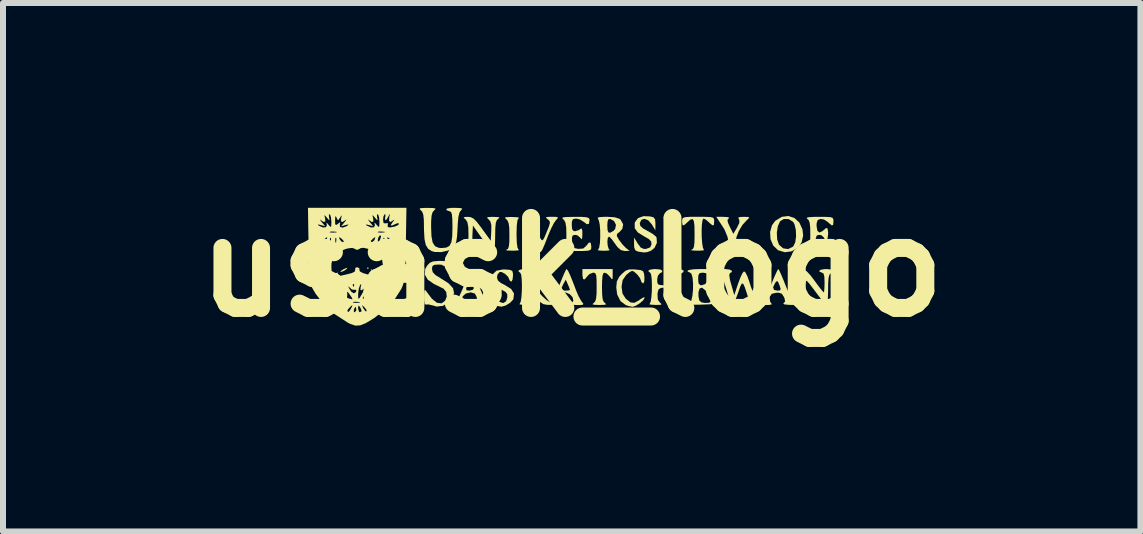
<source format=kicad_pcb>
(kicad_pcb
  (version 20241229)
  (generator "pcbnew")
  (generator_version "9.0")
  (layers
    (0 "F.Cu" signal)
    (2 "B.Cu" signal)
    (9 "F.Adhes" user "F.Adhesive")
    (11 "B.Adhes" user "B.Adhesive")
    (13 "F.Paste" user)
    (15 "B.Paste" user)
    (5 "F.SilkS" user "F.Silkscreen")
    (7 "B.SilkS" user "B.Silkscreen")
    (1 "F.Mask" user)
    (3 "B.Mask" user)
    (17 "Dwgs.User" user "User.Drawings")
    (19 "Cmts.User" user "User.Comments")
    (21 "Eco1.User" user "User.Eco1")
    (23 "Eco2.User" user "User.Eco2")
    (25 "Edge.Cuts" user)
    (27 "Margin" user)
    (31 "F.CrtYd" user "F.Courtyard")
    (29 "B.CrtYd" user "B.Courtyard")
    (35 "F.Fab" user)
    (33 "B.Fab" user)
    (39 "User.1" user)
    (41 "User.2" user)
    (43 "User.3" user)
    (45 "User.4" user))
  (footprint "usask_logo"
    (layer "F.Cu")
    (at 6.479 1.404)
    (property "Reference" "usask_logo" (at 0 0 0) (layer "F.SilkS") (effects (font (size 1.5 1.5) (thickness 0.3))))
    (attr board_only exclude_from_pos_files exclude_from_bom)
    (fp_poly (pts (xy -3.383 0.015) (xy -3.398 0.03) (xy -3.412 0.015) (xy -3.398 0)) (stroke (width 0) (type solid)) (fill yes) (layer "F.SilkS"))
    (fp_poly (pts (xy -3.739 0.013) (xy -3.762 0.037) (xy -3.798 0.06) (xy -3.844 0.079) (xy -3.857 0.077) (xy -3.835 0.053) (xy -3.798 0.03) (xy -3.752 0.011)) (stroke (width 0) (type solid)) (fill yes) (layer "F.SilkS"))
    (fp_poly (pts (xy -0.994 -0.837) (xy -0.918 -0.834) (xy -0.88 -0.827) (xy -0.883 -0.821) (xy -0.904 -0.786) (xy -0.916 -0.698) (xy -0.92 -0.555) (xy -0.916 -0.412) (xy -0.904 -0.325) (xy -0.883 -0.29) (xy -0.887 -0.282) (xy -0.939 -0.277) (xy -0.994 -0.276) (xy -1.067 -0.279) (xy -1.099 -0.285) (xy -1.09 -0.291) (xy -1.063 -0.307) (xy -1.048 -0.346) (xy -1.04 -0.422) (xy -1.039 -0.532) (xy -1.041 -0.656) (xy -1.052 -0.735) (xy -1.073 -0.782) (xy -1.09 -0.799) (xy -1.114 -0.822) (xy -1.1 -0.834) (xy -1.038 -0.837)) (stroke (width 0) (type solid)) (fill yes) (layer "F.SilkS"))
    (fp_poly (pts (xy 1.731 -0.836) (xy 1.761 -0.827) (xy 1.746 -0.81) (xy 1.743 -0.808) (xy 1.715 -0.78) (xy 1.699 -0.728) (xy 1.692 -0.638) (xy 1.691 -0.555) (xy 1.694 -0.435) (xy 1.704 -0.36) (xy 1.724 -0.318) (xy 1.743 -0.303) (xy 1.761 -0.285) (xy 1.733 -0.276) (xy 1.653 -0.275) (xy 1.647 -0.275) (xy 1.574 -0.278) (xy 1.542 -0.285) (xy 1.55 -0.291) (xy 1.577 -0.307) (xy 1.593 -0.346) (xy 1.601 -0.422) (xy 1.602 -0.532) (xy 1.599 -0.656) (xy 1.589 -0.735) (xy 1.568 -0.782) (xy 1.55 -0.799) (xy 1.527 -0.822) (xy 1.541 -0.834) (xy 1.602 -0.838) (xy 1.647 -0.839)) (stroke (width 0) (type solid)) (fill yes) (layer "F.SilkS"))
    (fp_poly (pts (xy 3.712 -0.82) (xy 3.794 -0.744) (xy 3.845 -0.632) (xy 3.857 -0.529) (xy 3.831 -0.412) (xy 3.763 -0.321) (xy 3.665 -0.265) (xy 3.552 -0.25) (xy 3.437 -0.284) (xy 3.437 -0.285) (xy 3.358 -0.361) (xy 3.313 -0.468) (xy 3.307 -0.574) (xy 3.418 -0.574) (xy 3.424 -0.462) (xy 3.454 -0.376) (xy 3.523 -0.315) (xy 3.607 -0.303) (xy 3.687 -0.343) (xy 3.692 -0.347) (xy 3.725 -0.414) (xy 3.739 -0.514) (xy 3.735 -0.622) (xy 3.713 -0.715) (xy 3.69 -0.756) (xy 3.617 -0.802) (xy 3.536 -0.805) (xy 3.472 -0.766) (xy 3.435 -0.684) (xy 3.418 -0.574) (xy 3.307 -0.574) (xy 3.306 -0.588) (xy 3.338 -0.7) (xy 3.392 -0.773) (xy 3.501 -0.84) (xy 3.611 -0.854)) (stroke (width 0) (type solid)) (fill yes) (layer "F.SilkS"))
    (fp_poly (pts (xy 2.532 -0.84) (xy 2.605 -0.835) (xy 2.624 -0.822) (xy 2.616 -0.814) (xy 2.595 -0.788) (xy 2.604 -0.741) (xy 2.635 -0.673) (xy 2.693 -0.557) (xy 2.755 -0.66) (xy 2.793 -0.738) (xy 2.793 -0.789) (xy 2.784 -0.802) (xy 2.775 -0.827) (xy 2.809 -0.838) (xy 2.867 -0.84) (xy 2.94 -0.838) (xy 2.96 -0.828) (xy 2.938 -0.802) (xy 2.92 -0.787) (xy 2.845 -0.705) (xy 2.785 -0.605) (xy 2.745 -0.501) (xy 2.729 -0.405) (xy 2.739 -0.33) (xy 2.78 -0.291) (xy 2.782 -0.291) (xy 2.784 -0.284) (xy 2.738 -0.279) (xy 2.671 -0.277) (xy 2.592 -0.279) (xy 2.553 -0.285) (xy 2.559 -0.291) (xy 2.603 -0.33) (xy 2.615 -0.406) (xy 2.596 -0.507) (xy 2.549 -0.622) (xy 2.509 -0.688) (xy 2.408 -0.841)) (stroke (width 0) (type solid)) (fill yes) (layer "F.SilkS"))
    (fp_poly (pts (xy 0.682 0.127) (xy 0.681 0.191) (xy 0.67 0.201) (xy 0.64 0.163) (xy 0.636 0.157) (xy 0.587 0.107) (xy 0.547 0.09) (xy 0.525 0.103) (xy 0.512 0.148) (xy 0.506 0.236) (xy 0.504 0.329) (xy 0.507 0.454) (xy 0.515 0.532) (xy 0.533 0.577) (xy 0.556 0.598) (xy 0.575 0.616) (xy 0.548 0.626) (xy 0.468 0.629) (xy 0.46 0.629) (xy 0.376 0.626) (xy 0.345 0.617) (xy 0.361 0.6) (xy 0.363 0.598) (xy 0.39 0.571) (xy 0.406 0.522) (xy 0.414 0.437) (xy 0.415 0.329) (xy 0.414 0.21) (xy 0.408 0.138) (xy 0.395 0.103) (xy 0.371 0.091) (xy 0.356 0.09) (xy 0.295 0.114) (xy 0.26 0.15) (xy 0.217 0.202) (xy 0.189 0.197) (xy 0.178 0.134) (xy 0.178 0.12) (xy 0.178 0.03) (xy 0.43 0.03) (xy 0.682 0.03)) (stroke (width 0) (type solid)) (fill yes) (layer "F.SilkS"))
    (fp_poly (pts (xy 1.298 -0.848) (xy 1.362 -0.833) (xy 1.389 -0.798) (xy 1.395 -0.725) (xy 1.395 -0.725) (xy 1.394 -0.615) (xy 1.334 -0.715) (xy 1.275 -0.782) (xy 1.212 -0.807) (xy 1.16 -0.791) (xy 1.134 -0.735) (xy 1.143 -0.689) (xy 1.191 -0.645) (xy 1.261 -0.607) (xy 1.343 -0.56) (xy 1.4 -0.515) (xy 1.414 -0.495) (xy 1.419 -0.406) (xy 1.379 -0.322) (xy 1.32 -0.275) (xy 1.26 -0.252) (xy 1.205 -0.246) (xy 1.128 -0.257) (xy 1.105 -0.261) (xy 1.06 -0.282) (xy 1.041 -0.33) (xy 1.039 -0.385) (xy 1.039 -0.495) (xy 1.099 -0.396) (xy 1.15 -0.328) (xy 1.203 -0.305) (xy 1.24 -0.306) (xy 1.307 -0.331) (xy 1.33 -0.382) (xy 1.324 -0.429) (xy 1.285 -0.47) (xy 1.204 -0.516) (xy 1.1 -0.581) (xy 1.05 -0.65) (xy 1.049 -0.733) (xy 1.054 -0.752) (xy 1.104 -0.818) (xy 1.194 -0.851)) (stroke (width 0) (type solid)) (fill yes) (layer "F.SilkS"))
    (fp_poly (pts (xy -0.256 -0.839) (xy -0.229 -0.829) (xy -0.244 -0.804) (xy -0.263 -0.785) (xy -0.3 -0.731) (xy -0.347 -0.638) (xy -0.395 -0.526) (xy -0.402 -0.507) (xy -0.453 -0.376) (xy -0.489 -0.295) (xy -0.514 -0.256) (xy -0.534 -0.252) (xy -0.547 -0.268) (xy -0.566 -0.311) (xy -0.597 -0.394) (xy -0.634 -0.5) (xy -0.64 -0.516) (xy -0.682 -0.628) (xy -0.724 -0.724) (xy -0.759 -0.783) (xy -0.761 -0.786) (xy -0.787 -0.82) (xy -0.779 -0.835) (xy -0.726 -0.84) (xy -0.68 -0.84) (xy -0.604 -0.835) (xy -0.581 -0.822) (xy -0.588 -0.814) (xy -0.607 -0.77) (xy -0.6 -0.689) (xy -0.571 -0.588) (xy -0.525 -0.487) (xy -0.502 -0.453) (xy -0.484 -0.45) (xy -0.46 -0.487) (xy -0.424 -0.571) (xy -0.417 -0.589) (xy -0.379 -0.683) (xy -0.364 -0.739) (xy -0.37 -0.771) (xy -0.396 -0.796) (xy -0.402 -0.8) (xy -0.43 -0.825) (xy -0.417 -0.837) (xy -0.356 -0.841) (xy -0.332 -0.841)) (stroke (width 0) (type solid)) (fill yes) (layer "F.SilkS"))
    (fp_poly (pts (xy 1.06 0.038) (xy 1.146 0.047) (xy 1.189 0.066) (xy 1.205 0.108) (xy 1.211 0.16) (xy 1.21 0.234) (xy 1.193 0.269) (xy 1.189 0.27) (xy 1.16 0.246) (xy 1.157 0.231) (xy 1.137 0.18) (xy 1.091 0.12) (xy 1.038 0.073) (xy 1.006 0.06) (xy 0.967 0.08) (xy 0.91 0.127) (xy 0.904 0.134) (xy 0.848 0.215) (xy 0.831 0.321) (xy 0.831 0.33) (xy 0.846 0.439) (xy 0.898 0.521) (xy 0.904 0.527) (xy 0.978 0.586) (xy 1.044 0.593) (xy 1.122 0.551) (xy 1.138 0.538) (xy 1.19 0.505) (xy 1.216 0.503) (xy 1.217 0.506) (xy 1.193 0.548) (xy 1.137 0.598) (xy 1.07 0.641) (xy 1.015 0.659) (xy 1.012 0.659) (xy 0.946 0.646) (xy 0.901 0.631) (xy 0.812 0.564) (xy 0.757 0.454) (xy 0.742 0.336) (xy 0.752 0.235) (xy 0.792 0.159) (xy 0.831 0.116) (xy 0.894 0.06) (xy 0.954 0.037) (xy 1.039 0.036)) (stroke (width 0) (type solid)) (fill yes) (layer "F.SilkS"))
    (fp_poly (pts (xy 2.233 -0.84) (xy 2.312 -0.836) (xy 2.354 -0.826) (xy 2.371 -0.805) (xy 2.374 -0.772) (xy 2.374 -0.766) (xy 2.369 -0.706) (xy 2.347 -0.697) (xy 2.299 -0.736) (xy 2.285 -0.751) (xy 2.232 -0.795) (xy 2.196 -0.811) (xy 2.18 -0.784) (xy 2.169 -0.713) (xy 2.165 -0.616) (xy 2.166 -0.509) (xy 2.173 -0.408) (xy 2.185 -0.33) (xy 2.201 -0.291) (xy 2.203 -0.29) (xy 2.199 -0.282) (xy 2.147 -0.277) (xy 2.092 -0.276) (xy 2.019 -0.279) (xy 1.987 -0.285) (xy 1.996 -0.291) (xy 2.021 -0.306) (xy 2.037 -0.342) (xy 2.045 -0.412) (xy 2.047 -0.528) (xy 2.047 -0.558) (xy 2.045 -0.692) (xy 2.034 -0.773) (xy 2.012 -0.804) (xy 1.975 -0.792) (xy 1.929 -0.751) (xy 1.874 -0.701) (xy 1.848 -0.7) (xy 1.84 -0.749) (xy 1.84 -0.766) (xy 1.842 -0.801) (xy 1.856 -0.823) (xy 1.893 -0.835) (xy 1.965 -0.84) (xy 2.083 -0.841) (xy 2.107 -0.841)) (stroke (width 0) (type solid)) (fill yes) (layer "F.SilkS"))
    (fp_poly (pts (xy -1.652 0.078) (xy -1.616 0.14) (xy -1.58 0.226) (xy -1.534 0.343) (xy -1.485 0.456) (xy -1.456 0.518) (xy -1.4 0.63) (xy -1.503 0.63) (xy -1.571 0.623) (xy -1.588 0.602) (xy -1.586 0.599) (xy -1.578 0.547) (xy -1.585 0.494) (xy -1.614 0.439) (xy -1.674 0.421) (xy -1.691 0.42) (xy -1.768 0.439) (xy -1.817 0.484) (xy -1.828 0.54) (xy -1.793 0.591) (xy -1.765 0.616) (xy -1.778 0.628) (xy -1.843 0.63) (xy -1.85 0.63) (xy -1.96 0.63) (xy -1.912 0.557) (xy -1.877 0.491) (xy -1.832 0.391) (xy -1.819 0.361) (xy -1.761 0.361) (xy -1.75 0.386) (xy -1.704 0.39) (xy -1.649 0.376) (xy -1.632 0.351) (xy -1.648 0.296) (xy -1.67 0.26) (xy -1.697 0.23) (xy -1.718 0.244) (xy -1.741 0.299) (xy -1.761 0.361) (xy -1.819 0.361) (xy -1.785 0.278) (xy -1.785 0.277) (xy -1.743 0.176) (xy -1.705 0.098) (xy -1.678 0.06) (xy -1.677 0.059)) (stroke (width 0) (type solid)) (fill yes) (layer "F.SilkS"))
    (fp_poly (pts (xy -1.111 0.037) (xy -1.03 0.044) (xy -0.991 0.061) (xy -0.98 0.103) (xy -0.979 0.142) (xy -0.987 0.208) (xy -1.006 0.24) (xy -1.009 0.24) (xy -1.038 0.217) (xy -1.039 0.21) (xy -1.061 0.159) (xy -1.113 0.109) (xy -1.171 0.079) (xy -1.201 0.079) (xy -1.236 0.119) (xy -1.246 0.167) (xy -1.232 0.219) (xy -1.181 0.263) (xy -1.116 0.296) (xy -1.01 0.362) (xy -0.962 0.438) (xy -0.972 0.525) (xy -0.979 0.541) (xy -1.028 0.593) (xy -1.099 0.637) (xy -1.167 0.657) (xy -1.181 0.656) (xy -1.223 0.649) (xy -1.283 0.639) (xy -1.338 0.623) (xy -1.361 0.584) (xy -1.365 0.517) (xy -1.365 0.408) (xy -1.283 0.508) (xy -1.206 0.577) (xy -1.141 0.597) (xy -1.093 0.566) (xy -1.074 0.502) (xy -1.075 0.45) (xy -1.102 0.412) (xy -1.167 0.376) (xy -1.2 0.361) (xy -1.282 0.32) (xy -1.323 0.282) (xy -1.335 0.23) (xy -1.335 0.213) (xy -1.316 0.116) (xy -1.255 0.058) (xy -1.149 0.037)) (stroke (width 0) (type solid)) (fill yes) (layer "F.SilkS"))
    (fp_poly (pts (xy 4.237 -0.839) (xy 4.31 -0.835) (xy 4.347 -0.823) (xy 4.36 -0.8) (xy 4.362 -0.766) (xy 4.357 -0.707) (xy 4.335 -0.697) (xy 4.288 -0.735) (xy 4.271 -0.752) (xy 4.204 -0.796) (xy 4.145 -0.805) (xy 4.099 -0.786) (xy 4.082 -0.735) (xy 4.08 -0.693) (xy 4.093 -0.61) (xy 4.127 -0.578) (xy 4.18 -0.602) (xy 4.193 -0.614) (xy 4.24 -0.654) (xy 4.264 -0.645) (xy 4.273 -0.584) (xy 4.273 -0.555) (xy 4.264 -0.481) (xy 4.242 -0.451) (xy 4.214 -0.472) (xy 4.203 -0.495) (xy 4.163 -0.532) (xy 4.125 -0.54) (xy 4.084 -0.529) (xy 4.067 -0.483) (xy 4.065 -0.437) (xy 4.082 -0.344) (xy 4.117 -0.303) (xy 4.135 -0.285) (xy 4.107 -0.276) (xy 4.027 -0.275) (xy 4.021 -0.275) (xy 3.947 -0.278) (xy 3.916 -0.285) (xy 3.924 -0.291) (xy 3.951 -0.307) (xy 3.967 -0.345) (xy 3.974 -0.418) (xy 3.976 -0.538) (xy 3.976 -0.541) (xy 3.974 -0.666) (xy 3.965 -0.744) (xy 3.947 -0.788) (xy 3.924 -0.808) (xy 3.914 -0.824) (xy 3.949 -0.834) (xy 4.034 -0.839) (xy 4.117 -0.84)) (stroke (width 0) (type solid)) (fill yes) (layer "F.SilkS"))
    (fp_poly (pts (xy -2.087 -0.1) (xy -2.028 -0.071) (xy -2 -0.008) (xy -1.991 0.083) (xy -1.998 0.139) (xy -2.023 0.142) (xy -2.059 0.095) (xy -2.079 0.053) (xy -2.118 -0.015) (xy -2.171 -0.042) (xy -2.225 -0.045) (xy -2.296 -0.039) (xy -2.324 -0.014) (xy -2.329 0.03) (xy -2.317 0.082) (xy -2.272 0.13) (xy -2.184 0.184) (xy -2.182 0.185) (xy -2.052 0.269) (xy -1.978 0.35) (xy -1.961 0.431) (xy -1.997 0.516) (xy -2.045 0.573) (xy -2.144 0.643) (xy -2.251 0.655) (xy -2.329 0.633) (xy -2.394 0.619) (xy -2.426 0.623) (xy -2.449 0.613) (xy -2.46 0.554) (xy -2.461 0.491) (xy -2.458 0.408) (xy -2.45 0.376) (xy -2.432 0.389) (xy -2.424 0.401) (xy -2.33 0.526) (xy -2.245 0.593) (xy -2.169 0.602) (xy -2.108 0.557) (xy -2.083 0.489) (xy -2.092 0.413) (xy -2.134 0.36) (xy -2.136 0.358) (xy -2.19 0.331) (xy -2.271 0.291) (xy -2.298 0.278) (xy -2.4 0.207) (xy -2.449 0.122) (xy -2.442 0.03) (xy -2.411 -0.026) (xy -2.367 -0.073) (xy -2.313 -0.097) (xy -2.227 -0.105) (xy -2.192 -0.106)) (stroke (width 0) (type solid)) (fill yes) (layer "F.SilkS"))
    (fp_poly (pts (xy -1.681 -0.834) (xy -1.634 -0.809) (xy -1.582 -0.756) (xy -1.511 -0.664) (xy -1.495 -0.641) (xy -1.35 -0.442) (xy -1.341 -0.599) (xy -1.34 -0.702) (xy -1.356 -0.763) (xy -1.386 -0.798) (xy -1.412 -0.823) (xy -1.399 -0.835) (xy -1.339 -0.839) (xy -1.306 -0.839) (xy -1.228 -0.836) (xy -1.204 -0.827) (xy -1.224 -0.808) (xy -1.25 -0.783) (xy -1.266 -0.736) (xy -1.274 -0.654) (xy -1.276 -0.526) (xy -1.276 -0.524) (xy -1.279 -0.389) (xy -1.288 -0.308) (xy -1.305 -0.273) (xy -1.313 -0.271) (xy -1.346 -0.294) (xy -1.402 -0.355) (xy -1.471 -0.444) (xy -1.498 -0.483) (xy -1.647 -0.695) (xy -1.656 -0.521) (xy -1.657 -0.414) (xy -1.645 -0.349) (xy -1.617 -0.311) (xy -1.613 -0.309) (xy -1.589 -0.285) (xy -1.605 -0.274) (xy -1.67 -0.271) (xy -1.693 -0.271) (xy -1.77 -0.274) (xy -1.794 -0.284) (xy -1.773 -0.303) (xy -1.745 -0.332) (xy -1.728 -0.386) (xy -1.722 -0.479) (xy -1.721 -0.546) (xy -1.724 -0.667) (xy -1.737 -0.743) (xy -1.76 -0.787) (xy -1.773 -0.799) (xy -1.802 -0.826) (xy -1.786 -0.837) (xy -1.732 -0.84)) (stroke (width 0) (type solid)) (fill yes) (layer "F.SilkS"))
    (fp_poly (pts (xy 0.715 -0.833) (xy 0.794 -0.808) (xy 0.814 -0.793) (xy 0.857 -0.716) (xy 0.843 -0.639) (xy 0.797 -0.589) (xy 0.755 -0.555) (xy 0.751 -0.522) (xy 0.782 -0.465) (xy 0.786 -0.459) (xy 0.844 -0.382) (xy 0.901 -0.323) (xy 0.964 -0.272) (xy 0.883 -0.271) (xy 0.82 -0.285) (xy 0.762 -0.336) (xy 0.723 -0.39) (xy 0.672 -0.461) (xy 0.632 -0.504) (xy 0.619 -0.51) (xy 0.6 -0.485) (xy 0.594 -0.426) (xy 0.6 -0.358) (xy 0.616 -0.305) (xy 0.631 -0.29) (xy 0.627 -0.281) (xy 0.577 -0.276) (xy 0.534 -0.275) (xy 0.463 -0.278) (xy 0.433 -0.285) (xy 0.438 -0.29) (xy 0.457 -0.326) (xy 0.47 -0.405) (xy 0.475 -0.507) (xy 0.474 -0.617) (xy 0.468 -0.691) (xy 0.593 -0.691) (xy 0.598 -0.611) (xy 0.616 -0.577) (xy 0.642 -0.576) (xy 0.698 -0.608) (xy 0.724 -0.638) (xy 0.737 -0.707) (xy 0.705 -0.77) (xy 0.642 -0.805) (xy 0.611 -0.8) (xy 0.596 -0.757) (xy 0.593 -0.691) (xy 0.468 -0.691) (xy 0.466 -0.715) (xy 0.45 -0.785) (xy 0.439 -0.805) (xy 0.432 -0.825) (xy 0.465 -0.836) (xy 0.547 -0.84) (xy 0.585 -0.841)) (stroke (width 0) (type solid)) (fill yes) (layer "F.SilkS"))
    (fp_poly (pts (xy -1.865 -0.987) (xy -1.827 -0.979) (xy -1.832 -0.962) (xy -1.844 -0.951) (xy -1.87 -0.915) (xy -1.888 -0.846) (xy -1.899 -0.734) (xy -1.903 -0.653) (xy -1.911 -0.519) (xy -1.924 -0.43) (xy -1.944 -0.371) (xy -1.976 -0.329) (xy -1.976 -0.329) (xy -2.059 -0.279) (xy -2.17 -0.253) (xy -2.282 -0.254) (xy -2.335 -0.269) (xy -2.394 -0.308) (xy -2.432 -0.37) (xy -2.454 -0.468) (xy -2.462 -0.611) (xy -2.463 -0.663) (xy -2.465 -0.792) (xy -2.474 -0.875) (xy -2.492 -0.924) (xy -2.515 -0.949) (xy -2.537 -0.972) (xy -2.523 -0.984) (xy -2.464 -0.988) (xy -2.404 -0.989) (xy -2.313 -0.987) (xy -2.273 -0.98) (xy -2.275 -0.964) (xy -2.292 -0.949) (xy -2.32 -0.916) (xy -2.336 -0.86) (xy -2.343 -0.767) (xy -2.344 -0.67) (xy -2.338 -0.516) (xy -2.318 -0.412) (xy -2.279 -0.351) (xy -2.217 -0.324) (xy -2.172 -0.32) (xy -2.092 -0.327) (xy -2.039 -0.355) (xy -2.007 -0.414) (xy -1.992 -0.513) (xy -1.988 -0.661) (xy -1.988 -0.664) (xy -1.99 -0.796) (xy -1.997 -0.878) (xy -2.01 -0.919) (xy -2.031 -0.931) (xy -2.081 -0.949) (xy -2.092 -0.961) (xy -2.077 -0.979) (xy -2.01 -0.989) (xy -1.953 -0.99)) (stroke (width 0) (type solid)) (fill yes) (layer "F.SilkS"))
    (fp_poly (pts (xy 0.173 -0.839) (xy 0.246 -0.833) (xy 0.283 -0.82) (xy 0.296 -0.798) (xy 0.297 -0.786) (xy 0.286 -0.723) (xy 0.252 -0.717) (xy 0.205 -0.753) (xy 0.134 -0.797) (xy 0.074 -0.811) (xy 0.024 -0.803) (xy 0.003 -0.767) (xy 0 -0.706) (xy 0.007 -0.632) (xy 0.034 -0.603) (xy 0.053 -0.6) (xy 0.119 -0.619) (xy 0.142 -0.637) (xy 0.165 -0.647) (xy 0.176 -0.612) (xy 0.177 -0.554) (xy 0.174 -0.483) (xy 0.163 -0.466) (xy 0.146 -0.488) (xy 0.094 -0.532) (xy 0.056 -0.54) (xy 0.017 -0.531) (xy 0.003 -0.494) (xy 0.006 -0.428) (xy 0.017 -0.353) (xy 0.046 -0.319) (xy 0.108 -0.306) (xy 0.11 -0.306) (xy 0.191 -0.312) (xy 0.242 -0.356) (xy 0.243 -0.358) (xy 0.287 -0.412) (xy 0.316 -0.408) (xy 0.326 -0.348) (xy 0.326 -0.345) (xy 0.324 -0.309) (xy 0.31 -0.287) (xy 0.272 -0.276) (xy 0.199 -0.271) (xy 0.079 -0.271) (xy 0.067 -0.271) (xy -0.059 -0.273) (xy -0.13 -0.28) (xy -0.152 -0.291) (xy -0.141 -0.303) (xy -0.112 -0.332) (xy -0.096 -0.386) (xy -0.09 -0.479) (xy -0.089 -0.546) (xy -0.092 -0.667) (xy -0.105 -0.743) (xy -0.128 -0.787) (xy -0.141 -0.799) (xy -0.159 -0.818) (xy -0.145 -0.831) (xy -0.091 -0.837) (xy 0.011 -0.839) (xy 0.052 -0.84)) (stroke (width 0) (type solid)) (fill yes) (layer "F.SilkS"))
    (fp_poly (pts (xy 2.264 0.031) (xy 2.331 0.036) (xy 2.363 0.051) (xy 2.373 0.079) (xy 2.374 0.11) (xy 2.37 0.164) (xy 2.351 0.166) (xy 2.32 0.14) (xy 2.248 0.101) (xy 2.186 0.09) (xy 2.133 0.097) (xy 2.111 0.13) (xy 2.107 0.195) (xy 2.113 0.267) (xy 2.139 0.297) (xy 2.167 0.3) (xy 2.224 0.281) (xy 2.244 0.255) (xy 2.272 0.212) (xy 2.297 0.223) (xy 2.312 0.281) (xy 2.314 0.33) (xy 2.31 0.416) (xy 2.294 0.445) (xy 2.258 0.422) (xy 2.225 0.383) (xy 2.172 0.341) (xy 2.132 0.353) (xy 2.112 0.413) (xy 2.112 0.484) (xy 2.126 0.554) (xy 2.162 0.585) (xy 2.218 0.595) (xy 2.291 0.592) (xy 2.333 0.557) (xy 2.349 0.527) (xy 2.387 0.465) (xy 2.417 0.456) (xy 2.43 0.5) (xy 2.428 0.533) (xy 2.421 0.573) (xy 2.404 0.598) (xy 2.365 0.612) (xy 2.291 0.618) (xy 2.17 0.623) (xy 2.166 0.623) (xy 2.043 0.625) (xy 1.974 0.62) (xy 1.954 0.61) (xy 1.966 0.599) (xy 1.993 0.556) (xy 2.011 0.476) (xy 2.021 0.375) (xy 2.022 0.269) (xy 2.014 0.176) (xy 1.996 0.111) (xy 1.973 0.09) (xy 1.934 0.074) (xy 1.929 0.06) (xy 1.956 0.045) (xy 2.031 0.034) (xy 2.141 0.03) (xy 2.151 0.03)) (stroke (width 0) (type solid)) (fill yes) (layer "F.SilkS"))
    (fp_poly (pts (xy 3.238 0.036) (xy 3.261 0.057) (xy 3.231 0.096) (xy 3.224 0.102) (xy 3.197 0.144) (xy 3.161 0.229) (xy 3.121 0.342) (xy 3.104 0.398) (xy 3.064 0.528) (xy 3.036 0.609) (xy 3.016 0.649) (xy 3.001 0.655) (xy 2.988 0.638) (xy 2.972 0.599) (xy 2.946 0.522) (xy 2.923 0.45) (xy 2.885 0.335) (xy 2.858 0.276) (xy 2.835 0.271) (xy 2.809 0.319) (xy 2.775 0.42) (xy 2.775 0.42) (xy 2.738 0.518) (xy 2.705 0.591) (xy 2.681 0.622) (xy 2.66 0.6) (xy 2.63 0.532) (xy 2.596 0.43) (xy 2.579 0.372) (xy 2.543 0.255) (xy 2.508 0.162) (xy 2.48 0.107) (xy 2.47 0.098) (xy 2.433 0.072) (xy 2.447 0.048) (xy 2.505 0.032) (xy 2.552 0.03) (xy 2.628 0.038) (xy 2.669 0.058) (xy 2.666 0.082) (xy 2.638 0.096) (xy 2.625 0.128) (xy 2.637 0.21) (xy 2.658 0.286) (xy 2.709 0.465) (xy 2.773 0.272) (xy 2.81 0.173) (xy 2.845 0.099) (xy 2.871 0.068) (xy 2.896 0.088) (xy 2.928 0.152) (xy 2.956 0.231) (xy 2.987 0.328) (xy 3.015 0.402) (xy 3.029 0.431) (xy 3.046 0.418) (xy 3.069 0.36) (xy 3.089 0.283) (xy 3.109 0.18) (xy 3.111 0.122) (xy 3.095 0.098) (xy 3.092 0.097) (xy 3.055 0.073) (xy 3.069 0.048) (xy 3.124 0.032) (xy 3.16 0.03)) (stroke (width 0) (type solid)) (fill yes) (layer "F.SilkS"))
    (fp_poly (pts (xy 1.831 0.038) (xy 1.868 0.059) (xy 1.855 0.086) (xy 1.825 0.101) (xy 1.798 0.14) (xy 1.781 0.22) (xy 1.776 0.323) (xy 1.781 0.43) (xy 1.795 0.524) (xy 1.82 0.586) (xy 1.832 0.598) (xy 1.852 0.617) (xy 1.826 0.626) (xy 1.751 0.627) (xy 1.68 0.624) (xy 1.65 0.616) (xy 1.654 0.611) (xy 1.678 0.572) (xy 1.691 0.491) (xy 1.691 0.461) (xy 1.691 0.327) (xy 1.565 0.336) (xy 1.486 0.345) (xy 1.447 0.368) (xy 1.433 0.419) (xy 1.429 0.449) (xy 1.435 0.541) (xy 1.472 0.592) (xy 1.497 0.615) (xy 1.482 0.626) (xy 1.418 0.628) (xy 1.393 0.628) (xy 1.323 0.624) (xy 1.293 0.616) (xy 1.298 0.611) (xy 1.315 0.577) (xy 1.327 0.502) (xy 1.335 0.402) (xy 1.336 0.295) (xy 1.333 0.196) (xy 1.323 0.123) (xy 1.308 0.09) (xy 1.306 0.09) (xy 1.277 0.067) (xy 1.276 0.06) (xy 1.302 0.041) (xy 1.368 0.031) (xy 1.395 0.03) (xy 1.475 0.038) (xy 1.512 0.059) (xy 1.499 0.086) (xy 1.469 0.101) (xy 1.435 0.142) (xy 1.424 0.209) (xy 1.428 0.265) (xy 1.45 0.292) (xy 1.507 0.3) (xy 1.558 0.3) (xy 1.64 0.298) (xy 1.679 0.283) (xy 1.691 0.242) (xy 1.691 0.195) (xy 1.684 0.126) (xy 1.666 0.091) (xy 1.662 0.09) (xy 1.633 0.067) (xy 1.632 0.06) (xy 1.658 0.041) (xy 1.724 0.031) (xy 1.751 0.03)) (stroke (width 0) (type solid)) (fill yes) (layer "F.SilkS"))
    (fp_poly (pts (xy 4.324 0.038) (xy 4.361 0.059) (xy 4.348 0.086) (xy 4.317 0.101) (xy 4.295 0.123) (xy 4.281 0.177) (xy 4.274 0.271) (xy 4.273 0.374) (xy 4.27 0.49) (xy 4.263 0.578) (xy 4.253 0.626) (xy 4.249 0.63) (xy 4.221 0.608) (xy 4.169 0.548) (xy 4.103 0.462) (xy 4.084 0.436) (xy 4.014 0.343) (xy 3.956 0.269) (xy 3.919 0.228) (xy 3.915 0.224) (xy 3.899 0.24) (xy 3.889 0.303) (xy 3.887 0.359) (xy 3.896 0.472) (xy 3.927 0.547) (xy 3.946 0.57) (xy 4.006 0.63) (xy 3.746 0.63) (xy 3.617 0.627) (xy 3.543 0.619) (xy 3.525 0.606) (xy 3.529 0.602) (xy 3.556 0.571) (xy 3.547 0.521) (xy 3.537 0.496) (xy 3.5 0.44) (xy 3.444 0.424) (xy 3.405 0.426) (xy 3.334 0.443) (xy 3.303 0.485) (xy 3.299 0.507) (xy 3.306 0.572) (xy 3.328 0.604) (xy 3.332 0.621) (xy 3.279 0.629) (xy 3.249 0.629) (xy 3.177 0.626) (xy 3.156 0.614) (xy 3.175 0.592) (xy 3.206 0.549) (xy 3.249 0.464) (xy 3.299 0.353) (xy 3.307 0.331) (xy 3.356 0.331) (xy 3.371 0.377) (xy 3.425 0.39) (xy 3.472 0.386) (xy 3.482 0.36) (xy 3.462 0.299) (xy 3.437 0.24) (xy 3.416 0.232) (xy 3.391 0.26) (xy 3.356 0.331) (xy 3.307 0.331) (xy 3.323 0.293) (xy 3.369 0.179) (xy 3.409 0.09) (xy 3.435 0.038) (xy 3.443 0.03) (xy 3.46 0.056) (xy 3.492 0.126) (xy 3.535 0.229) (xy 3.566 0.308) (xy 3.626 0.454) (xy 3.678 0.547) (xy 3.724 0.593) (xy 3.772 0.596) (xy 3.814 0.569) (xy 3.843 0.514) (xy 3.856 0.408) (xy 3.857 0.342) (xy 3.854 0.232) (xy 3.842 0.165) (xy 3.816 0.126) (xy 3.798 0.113) (xy 3.746 0.069) (xy 3.752 0.041) (xy 3.814 0.03) (xy 3.822 0.03) (xy 3.872 0.039) (xy 3.921 0.072) (xy 3.982 0.139) (xy 4.047 0.225) (xy 4.114 0.316) (xy 4.167 0.384) (xy 4.198 0.418) (xy 4.201 0.42) (xy 4.208 0.393) (xy 4.212 0.323) (xy 4.214 0.255) (xy 4.21 0.156) (xy 4.196 0.104) (xy 4.169 0.09) (xy 4.13 0.074) (xy 4.125 0.06) (xy 4.151 0.041) (xy 4.217 0.031) (xy 4.243 0.03)) (stroke (width 0) (type solid)) (fill yes) (layer "F.SilkS"))
    (fp_poly (pts (xy -0.697 0.037) (xy -0.656 0.053) (xy -0.653 0.06) (xy -0.677 0.087) (xy -0.697 0.09) (xy -0.73 0.113) (xy -0.742 0.186) (xy -0.742 0.195) (xy -0.735 0.265) (xy -0.718 0.299) (xy -0.715 0.3) (xy -0.678 0.281) (xy -0.632 0.233) (xy -0.588 0.176) (xy -0.559 0.124) (xy -0.559 0.097) (xy -0.56 0.096) (xy -0.592 0.066) (xy -0.593 0.058) (xy -0.568 0.039) (xy -0.509 0.031) (xy -0.44 0.034) (xy -0.386 0.048) (xy -0.371 0.06) (xy -0.376 0.087) (xy -0.393 0.09) (xy -0.445 0.111) (xy -0.507 0.164) (xy -0.563 0.231) (xy -0.6 0.295) (xy -0.604 0.34) (xy -0.554 0.412) (xy -0.488 0.486) (xy -0.421 0.546) (xy -0.367 0.581) (xy -0.347 0.583) (xy -0.32 0.55) (xy -0.28 0.474) (xy -0.233 0.367) (xy -0.224 0.346) (xy -0.171 0.346) (xy -0.166 0.38) (xy -0.118 0.39) (xy -0.104 0.39) (xy -0.048 0.386) (xy -0.03 0.377) (xy -0.041 0.342) (xy -0.065 0.285) (xy -0.1 0.207) (xy -0.138 0.276) (xy -0.171 0.346) (xy -0.224 0.346) (xy -0.206 0.299) (xy -0.16 0.184) (xy -0.121 0.093) (xy -0.094 0.039) (xy -0.086 0.03) (xy -0.062 0.058) (xy -0.022 0.143) (xy 0.033 0.281) (xy 0.074 0.39) (xy 0.114 0.483) (xy 0.156 0.558) (xy 0.17 0.578) (xy 0.194 0.61) (xy 0.183 0.626) (xy 0.128 0.63) (xy 0.086 0.63) (xy 0.008 0.626) (xy -0.013 0.613) (xy -0.002 0.602) (xy 0.027 0.557) (xy 0.014 0.5) (xy -0.031 0.45) (xy -0.096 0.422) (xy -0.115 0.42) (xy -0.183 0.44) (xy -0.227 0.486) (xy -0.242 0.543) (xy -0.221 0.591) (xy -0.185 0.61) (xy -0.184 0.617) (xy -0.232 0.624) (xy -0.31 0.627) (xy -0.407 0.627) (xy -0.472 0.615) (xy -0.524 0.582) (xy -0.587 0.516) (xy -0.613 0.488) (xy -0.739 0.345) (xy -0.74 0.456) (xy -0.727 0.553) (xy -0.69 0.598) (xy -0.67 0.617) (xy -0.696 0.626) (xy -0.771 0.627) (xy -0.842 0.624) (xy -0.873 0.616) (xy -0.868 0.611) (xy -0.851 0.577) (xy -0.839 0.502) (xy -0.832 0.402) (xy -0.83 0.295) (xy -0.834 0.196) (xy -0.843 0.123) (xy -0.859 0.09) (xy -0.861 0.09) (xy -0.889 0.067) (xy -0.89 0.06) (xy -0.864 0.041) (xy -0.798 0.031) (xy -0.771 0.03)) (stroke (width 0) (type solid)) (fill yes) (layer "F.SilkS"))
    (fp_poly (pts (xy -2.765 -0.383) (xy -2.769 -0.174) (xy -2.773 -0.016) (xy -2.779 0.102) (xy -2.788 0.188) (xy -2.8 0.254) (xy -2.817 0.307) (xy -2.839 0.359) (xy -2.843 0.366) (xy -2.948 0.53) (xy -3.098 0.691) (xy -3.279 0.837) (xy -3.312 0.859) (xy -3.433 0.932) (xy -3.526 0.969) (xy -3.605 0.973) (xy -3.688 0.946) (xy -3.735 0.922) (xy -3.95 0.782) (xy -4.014 0.724) (xy -3.739 0.724) (xy -3.728 0.75) (xy -3.722 0.744) (xy -3.631 0.744) (xy -3.619 0.751) (xy -3.594 0.726) (xy -3.59 0.706) (xy -3.594 0.683) (xy -3.56 0.683) (xy -3.549 0.736) (xy -3.531 0.751) (xy -3.503 0.733) (xy -3.502 0.728) (xy -3.517 0.686) (xy -3.531 0.661) (xy -3.545 0.646) (xy -3.492 0.646) (xy -3.473 0.686) (xy -3.441 0.731) (xy -3.419 0.737) (xy -3.424 0.706) (xy -3.455 0.667) (xy -3.491 0.634) (xy -3.492 0.646) (xy -3.545 0.646) (xy -3.553 0.637) (xy -3.56 0.667) (xy -3.56 0.683) (xy -3.594 0.683) (xy -3.597 0.665) (xy -3.602 0.661) (xy -3.621 0.684) (xy -3.631 0.706) (xy -3.631 0.744) (xy -3.722 0.744) (xy -3.7 0.723) (xy -3.676 0.683) (xy -3.654 0.637) (xy -3.665 0.637) (xy -3.689 0.657) (xy -3.729 0.701) (xy -3.739 0.724) (xy -4.014 0.724) (xy -4.132 0.619) (xy -4.155 0.588) (xy -3.652 0.588) (xy -3.611 0.593) (xy -3.59 0.594) (xy -3.536 0.59) (xy -3.53 0.583) (xy -3.538 0.58) (xy -3.614 0.575) (xy -3.642 0.58) (xy -3.652 0.588) (xy -4.155 0.588) (xy -4.267 0.444) (xy -4.273 0.434) (xy -4.276 0.429) (xy -3.853 0.429) (xy -3.845 0.446) (xy -3.816 0.478) (xy -3.798 0.471) (xy -3.798 0.467) (xy -3.819 0.442) (xy -3.832 0.432) (xy -3.853 0.429) (xy -4.276 0.429) (xy -4.307 0.376) (xy -3.816 0.376) (xy -3.788 0.404) (xy -3.752 0.448) (xy -3.751 0.476) (xy -3.743 0.507) (xy -3.717 0.52) (xy -3.668 0.533) (xy -3.655 0.537) (xy -3.659 0.52) (xy -3.667 0.503) (xy -3.704 0.45) (xy -3.56 0.45) (xy -3.559 0.505) (xy -3.553 0.527) (xy -3.535 0.511) (xy -3.529 0.5) (xy -3.482 0.5) (xy -3.479 0.523) (xy -3.442 0.519) (xy -3.402 0.495) (xy -3.401 0.478) (xy -3.346 0.478) (xy -3.342 0.48) (xy -3.315 0.459) (xy -3.309 0.45) (xy -3.301 0.422) (xy -3.305 0.42) (xy -3.332 0.441) (xy -3.338 0.45) (xy -3.346 0.478) (xy -3.401 0.478) (xy -3.401 0.475) (xy -3.394 0.437) (xy -3.363 0.404) (xy -3.333 0.372) (xy -3.341 0.361) (xy -3.386 0.383) (xy -3.441 0.44) (xy -3.482 0.5) (xy -3.529 0.5) (xy -3.5 0.452) (xy -3.448 0.356) (xy -3.424 0.311) (xy -3.431 0.313) (xy -3.451 0.338) (xy -3.499 0.384) (xy -3.522 0.379) (xy -3.517 0.324) (xy -3.516 0.323) (xy -3.507 0.28) (xy -3.521 0.29) (xy -3.529 0.3) (xy -3.55 0.36) (xy -3.56 0.444) (xy -3.56 0.45) (xy -3.704 0.45) (xy -3.719 0.429) (xy -3.775 0.376) (xy -3.81 0.361) (xy -3.816 0.376) (xy -4.307 0.376) (xy -4.341 0.318) (xy -3.722 0.318) (xy -3.72 0.334) (xy -3.698 0.373) (xy -3.671 0.412) (xy -3.629 0.435) (xy -3.595 0.411) (xy -3.59 0.387) (xy -3.609 0.371) (xy -3.622 0.377) (xy -3.663 0.372) (xy -3.698 0.341) (xy -3.722 0.318) (xy -4.341 0.318) (xy -4.352 0.3) (xy -3.65 0.3) (xy -3.639 0.325) (xy -3.63 0.32) (xy -3.626 0.285) (xy -3.63 0.28) (xy -3.648 0.284) (xy -3.65 0.3) (xy -4.352 0.3) (xy -4.377 0.258) (xy -4.381 -0.018) (xy -4.006 -0.018) (xy -4.003 0.063) (xy -3.989 0.099) (xy -3.957 0.102) (xy -3.939 0.099) (xy -3.893 0.089) (xy -3.896 0.102) (xy -3.932 0.134) (xy -3.965 0.166) (xy -3.961 0.171) (xy -3.918 0.157) (xy -3.836 0.138) (xy -3.763 0.122) (xy -3.664 0.097) (xy -3.616 0.072) (xy -3.61 0.043) (xy -3.604 0.007) (xy -3.576 0) (xy -3.539 0.017) (xy -3.54 0.041) (xy -3.531 0.07) (xy -3.475 0.099) (xy -3.373 0.128) (xy -3.266 0.152) (xy -3.198 0.162) (xy -3.176 0.158) (xy -3.203 0.139) (xy -3.242 0.123) (xy -3.307 0.087) (xy -3.341 0.054) (xy -3.35 0.03) (xy -3.322 0.048) (xy -3.258 0.083) (xy -3.212 0.098) (xy -3.171 0.103) (xy -3.151 0.081) (xy -3.146 0.018) (xy -3.145 -0.018) (xy -3.162 -0.137) (xy -3.219 -0.222) (xy -3.322 -0.283) (xy -3.382 -0.304) (xy -3.47 -0.324) (xy -3.522 -0.317) (xy -3.537 -0.306) (xy -3.58 -0.288) (xy -3.611 -0.305) (xy -3.659 -0.323) (xy -3.735 -0.313) (xy -3.771 -0.303) (xy -3.896 -0.249) (xy -3.971 -0.175) (xy -4.003 -0.07) (xy -4.006 -0.018) (xy -4.381 -0.018) (xy -4.386 -0.367) (xy -4.387 -0.439) (xy -4.15 -0.439) (xy -4.141 -0.421) (xy -4.128 -0.42) (xy -4.096 -0.444) (xy -4.093 -0.45) (xy -4.031 -0.45) (xy -4.026 -0.408) (xy -4.016 -0.413) (xy -4.013 -0.45) (xy -3.942 -0.45) (xy -3.937 -0.408) (xy -3.927 -0.413) (xy -3.923 -0.474) (xy -3.927 -0.488) (xy -3.938 -0.492) (xy -3.942 -0.45) (xy -4.013 -0.45) (xy -4.012 -0.474) (xy -4.016 -0.488) (xy -4.027 -0.492) (xy -4.031 -0.45) (xy -4.093 -0.45) (xy -4.083 -0.47) (xy -4.075 -0.502) (xy -4.1 -0.488) (xy -4.109 -0.481) (xy -4.15 -0.439) (xy -4.387 -0.439) (xy -4.388 -0.503) (xy -3.875 -0.503) (xy -3.873 -0.479) (xy -3.87 -0.47) (xy -3.843 -0.433) (xy -3.812 -0.417) (xy -3.798 -0.432) (xy -3.803 -0.439) (xy -3.349 -0.439) (xy -3.34 -0.421) (xy -3.327 -0.42) (xy -3.299 -0.441) (xy -3.232 -0.441) (xy -3.229 -0.395) (xy -3.217 -0.407) (xy -3.205 -0.435) (xy -3.199 -0.45) (xy -3.141 -0.45) (xy -3.136 -0.408) (xy -3.126 -0.413) (xy -3.122 -0.474) (xy -3.126 -0.488) (xy -3.137 -0.492) (xy -3.141 -0.45) (xy -3.199 -0.45) (xy -3.183 -0.494) (xy -3.181 -0.503) (xy -3.074 -0.503) (xy -3.072 -0.479) (xy -3.069 -0.47) (xy -3.042 -0.433) (xy -3.01 -0.417) (xy -2.997 -0.432) (xy -3.017 -0.458) (xy -3.042 -0.481) (xy -3.074 -0.503) (xy -3.181 -0.503) (xy -3.177 -0.52) (xy -3.194 -0.531) (xy -3.205 -0.525) (xy -3.228 -0.484) (xy -3.232 -0.441) (xy -3.299 -0.441) (xy -3.295 -0.444) (xy -3.281 -0.47) (xy -3.274 -0.502) (xy -3.299 -0.488) (xy -3.308 -0.481) (xy -3.349 -0.439) (xy -3.803 -0.439) (xy -3.818 -0.458) (xy -3.843 -0.481) (xy -3.875 -0.503) (xy -4.388 -0.503) (xy -4.39 -0.582) (xy -4.037 -0.582) (xy -3.996 -0.578) (xy -3.976 -0.577) (xy -3.922 -0.581) (xy -3.921 -0.582) (xy -3.236 -0.582) (xy -3.195 -0.578) (xy -3.175 -0.577) (xy -3.121 -0.581) (xy -3.115 -0.588) (xy -3.123 -0.591) (xy -3.198 -0.596) (xy -3.227 -0.591) (xy -3.236 -0.582) (xy -3.921 -0.582) (xy -3.916 -0.588) (xy -3.924 -0.591) (xy -3.999 -0.596) (xy -4.028 -0.591) (xy -4.037 -0.582) (xy -4.39 -0.582) (xy -4.392 -0.714) (xy -4.23 -0.714) (xy -4.225 -0.701) (xy -4.214 -0.693) (xy -4.149 -0.663) (xy -4.099 -0.666) (xy -4.081 -0.699) (xy -4.083 -0.713) (xy -4.09 -0.745) (xy -4.072 -0.73) (xy -4.053 -0.707) (xy -4.022 -0.673) (xy -4.009 -0.682) (xy -4.006 -0.741) (xy -4.006 -0.758) (xy -4.008 -0.784) (xy -3.944 -0.784) (xy -3.943 -0.719) (xy -3.928 -0.703) (xy -3.896 -0.724) (xy -3.861 -0.75) (xy -3.86 -0.731) (xy -3.866 -0.713) (xy -3.862 -0.672) (xy -3.821 -0.66) (xy -3.76 -0.68) (xy -3.739 -0.693) (xy -3.718 -0.712) (xy -3.748 -0.709) (xy -3.768 -0.704) (xy -3.843 -0.683) (xy -3.817 -0.714) (xy -3.429 -0.714) (xy -3.424 -0.701) (xy -3.412 -0.693) (xy -3.347 -0.663) (xy -3.298 -0.666) (xy -3.279 -0.699) (xy -3.282 -0.713) (xy -3.289 -0.745) (xy -3.271 -0.73) (xy -3.252 -0.707) (xy -3.221 -0.673) (xy -3.208 -0.682) (xy -3.205 -0.741) (xy -3.205 -0.758) (xy -3.208 -0.791) (xy -3.145 -0.791) (xy -3.136 -0.736) (xy -3.104 -0.73) (xy -3.098 -0.733) (xy -3.063 -0.735) (xy -3.067 -0.706) (xy -3.067 -0.67) (xy -3.024 -0.663) (xy -2.945 -0.679) (xy -2.893 -0.704) (xy -2.878 -0.725) (xy -2.9 -0.735) (xy -2.936 -0.722) (xy -2.999 -0.693) (xy -3.016 -0.703) (xy -2.987 -0.75) (xy -2.98 -0.758) (xy -2.954 -0.794) (xy -2.963 -0.791) (xy -2.967 -0.788) (xy -3.021 -0.753) (xy -3.045 -0.771) (xy -3.041 -0.833) (xy -3.032 -0.887) (xy -3.038 -0.884) (xy -3.055 -0.848) (xy -3.087 -0.793) (xy -3.109 -0.785) (xy -3.111 -0.824) (xy -3.107 -0.841) (xy -3.105 -0.881) (xy -3.118 -0.884) (xy -3.139 -0.844) (xy -3.145 -0.791) (xy -3.208 -0.791) (xy -3.211 -0.834) (xy -3.228 -0.881) (xy -3.232 -0.884) (xy -3.247 -0.873) (xy -3.244 -0.833) (xy -3.236 -0.787) (xy -3.249 -0.79) (xy -3.28 -0.826) (xy -3.315 -0.866) (xy -3.321 -0.859) (xy -3.31 -0.818) (xy -3.305 -0.763) (xy -3.334 -0.755) (xy -3.383 -0.788) (xy -3.397 -0.795) (xy -3.374 -0.763) (xy -3.367 -0.754) (xy -3.309 -0.683) (xy -3.383 -0.704) (xy -3.429 -0.714) (xy -3.817 -0.714) (xy -3.784 -0.754) (xy -3.756 -0.792) (xy -3.763 -0.792) (xy -3.768 -0.788) (xy -3.823 -0.753) (xy -3.848 -0.768) (xy -3.843 -0.818) (xy -3.832 -0.864) (xy -3.843 -0.855) (xy -3.861 -0.827) (xy -3.89 -0.786) (xy -3.907 -0.796) (xy -3.92 -0.827) (xy -3.935 -0.855) (xy -3.942 -0.83) (xy -3.944 -0.784) (xy -4.008 -0.784) (xy -4.013 -0.834) (xy -4.029 -0.881) (xy -4.033 -0.884) (xy -4.048 -0.873) (xy -4.045 -0.833) (xy -4.037 -0.787) (xy -4.05 -0.79) (xy -4.081 -0.826) (xy -4.116 -0.866) (xy -4.122 -0.859) (xy -4.111 -0.818) (xy -4.106 -0.763) (xy -4.136 -0.755) (xy -4.185 -0.788) (xy -4.198 -0.795) (xy -4.176 -0.763) (xy -4.168 -0.754) (xy -4.11 -0.683) (xy -4.184 -0.704) (xy -4.23 -0.714) (xy -4.392 -0.714) (xy -4.396 -0.991) (xy -3.576 -0.991) (xy -2.755 -0.991)) (stroke (width 0) (type solid)) (fill yes) (layer "F.SilkS")))
  (gr_rect
    (start -3 -3)
    (end 15.957 5.808)
    (stroke (width 0.1) (type default))
    (fill no)
    (layer "Edge.Cuts")))
</source>
